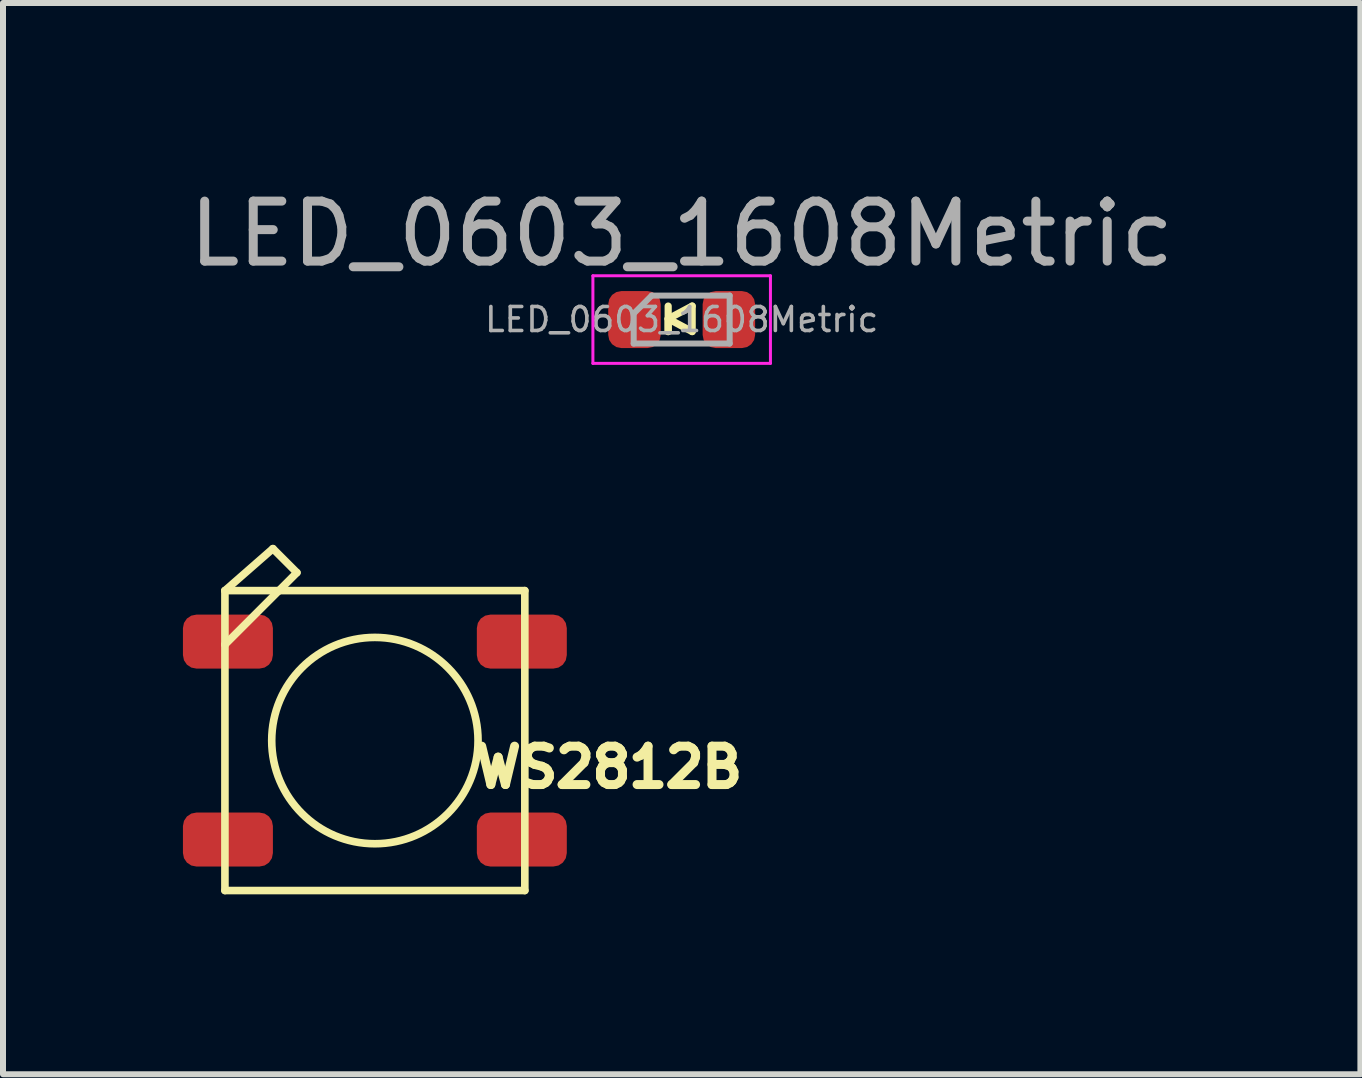
<source format=kicad_pcb>
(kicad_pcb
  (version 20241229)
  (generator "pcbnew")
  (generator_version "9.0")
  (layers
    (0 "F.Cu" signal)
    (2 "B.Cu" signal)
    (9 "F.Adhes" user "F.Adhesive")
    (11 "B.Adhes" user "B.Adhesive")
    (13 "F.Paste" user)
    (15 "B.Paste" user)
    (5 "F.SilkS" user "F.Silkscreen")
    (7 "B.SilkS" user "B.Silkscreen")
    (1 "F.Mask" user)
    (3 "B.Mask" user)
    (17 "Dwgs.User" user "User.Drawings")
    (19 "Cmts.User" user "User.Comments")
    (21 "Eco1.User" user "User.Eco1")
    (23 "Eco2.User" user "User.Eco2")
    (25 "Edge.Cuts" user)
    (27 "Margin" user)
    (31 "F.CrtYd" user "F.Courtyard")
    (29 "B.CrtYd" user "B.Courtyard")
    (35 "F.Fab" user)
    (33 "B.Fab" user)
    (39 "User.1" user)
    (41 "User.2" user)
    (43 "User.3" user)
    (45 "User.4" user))
  (footprint "WS2812B"
    (layer "F.Cu")
    (at 3.2 9.297)
    (property "Reference" "WS2812B" (at 3.899 0.445 180) (layer "F.SilkS") (effects (font (size 0.64 0.64) (thickness 0.15))))
    (attr smd)
    (fp_line (start -2.5 -2.5) (end -1.6 -2.5) (stroke (width 0.127) (type solid)) (layer "F.SilkS"))
    (fp_line (start -2.5 -1.6) (end -2.5 -2.5) (stroke (width 0.127) (type solid)) (layer "F.SilkS"))
    (fp_line (start -2.5 -1.6) (end -1.6 -2.5) (stroke (width 0.127) (type solid)) (layer "F.SilkS"))
    (fp_line (start -2.5 2.5) (end -2.5 -1.6) (stroke (width 0.127) (type solid)) (layer "F.SilkS"))
    (fp_line (start -1.7 -3.2) (end -2.5 -2.5) (stroke (width 0.127) (type solid)) (layer "F.SilkS"))
    (fp_line (start -1.6 -2.5) (end -1.3 -2.8) (stroke (width 0.127) (type solid)) (layer "F.SilkS"))
    (fp_line (start -1.6 -2.5) (end 2.5 -2.5) (stroke (width 0.127) (type solid)) (layer "F.SilkS"))
    (fp_line (start -1.3 -2.8) (end -1.7 -3.2) (stroke (width 0.127) (type solid)) (layer "F.SilkS"))
    (fp_line (start 2.5 -2.5) (end 2.5 2.5) (stroke (width 0.127) (type solid)) (layer "F.SilkS"))
    (fp_line (start 2.5 2.5) (end -2.5 2.5) (stroke (width 0.127) (type solid)) (layer "F.SilkS"))
    (fp_circle (center 0 0) (end 1.72 0) (stroke (width 0.127) (type solid)) (fill no) (layer "F.SilkS"))
    (pad "1" smd roundrect (at 2.45 1.65 180) (size 1.5 0.9) (layers "F.Cu" "F.Mask" "F.Paste") (roundrect_rratio 0.25))
    (pad "2" smd roundrect (at 2.45 -1.65 180) (size 1.5 0.9) (layers "F.Cu" "F.Mask" "F.Paste") (roundrect_rratio 0.25))
    (pad "3" smd roundrect (at -2.45 -1.65 180) (size 1.5 0.9) (layers "F.Cu" "F.Mask" "F.Paste") (roundrect_rratio 0.25))
    (pad "4" smd roundrect (at -2.45 1.65 180) (size 1.5 0.9) (layers "F.Cu" "F.Mask" "F.Paste") (roundrect_rratio 0.25)))
  (footprint "LED_0603_1608Metric"
    (layer "F.Cu")
    (at 8.315 2.278)
    (property "Reference" "LED_0603_1608Metric" (at 0 -1.43 0) (layer "F.Fab") (effects (font (size 1 1) (thickness 0.15))))
    (attr smd)
    (fp_line (start -0.225 -0.225) (end -0.225 0.2) (stroke (width 0.12) (type solid)) (layer "F.SilkS"))
    (fp_line (start -0.225 -0.013) (end 0.175 -0.225) (stroke (width 0.12) (type solid)) (layer "F.SilkS"))
    (fp_line (start -0.225 0.2) (end -0.225 -0.013) (stroke (width 0.12) (type solid)) (layer "F.SilkS"))
    (fp_line (start 0.175 -0.225) (end 0.175 0.2) (stroke (width 0.12) (type solid)) (layer "F.SilkS"))
    (fp_line (start 0.175 0.2) (end -0.225 -0.013) (stroke (width 0.12) (type solid)) (layer "F.SilkS"))
    (fp_line (start -1.48 -0.73) (end 1.48 -0.73) (stroke (width 0.05) (type solid)) (layer "F.CrtYd"))
    (fp_line (start -1.48 0.73) (end -1.48 -0.73) (stroke (width 0.05) (type solid)) (layer "F.CrtYd"))
    (fp_line (start 1.48 -0.73) (end 1.48 0.73) (stroke (width 0.05) (type solid)) (layer "F.CrtYd"))
    (fp_line (start 1.48 0.73) (end -1.48 0.73) (stroke (width 0.05) (type solid)) (layer "F.CrtYd"))
    (fp_line (start -0.8 -0.1) (end -0.8 0.4) (stroke (width 0.1) (type solid)) (layer "F.Fab"))
    (fp_line (start -0.8 0.4) (end 0.8 0.4) (stroke (width 0.1) (type solid)) (layer "F.Fab"))
    (fp_line (start -0.5 -0.4) (end -0.8 -0.1) (stroke (width 0.1) (type solid)) (layer "F.Fab"))
    (fp_line (start 0.8 -0.4) (end -0.5 -0.4) (stroke (width 0.1) (type solid)) (layer "F.Fab"))
    (fp_line (start 0.8 0.4) (end 0.8 -0.4) (stroke (width 0.1) (type solid)) (layer "F.Fab"))
    (fp_text user "${REFERENCE}" (at 0 0 0) (layer "F.Fab") (effects (font (size 0.4 0.4) (thickness 0.06))))
    (pad "1" smd roundrect (at -0.787 0) (size 0.875 0.95) (layers "F.Cu" "F.Mask" "F.Paste") (roundrect_rratio 0.25))
    (pad "2" smd roundrect (at 0.787 0) (size 0.875 0.95) (layers "F.Cu" "F.Mask" "F.Paste") (roundrect_rratio 0.25)))
  (gr_rect
    (start -3 -3)
    (end 19.631 14.86)
    (stroke (width 0.1) (type default))
    (fill no)
    (layer "Edge.Cuts")))
</source>
